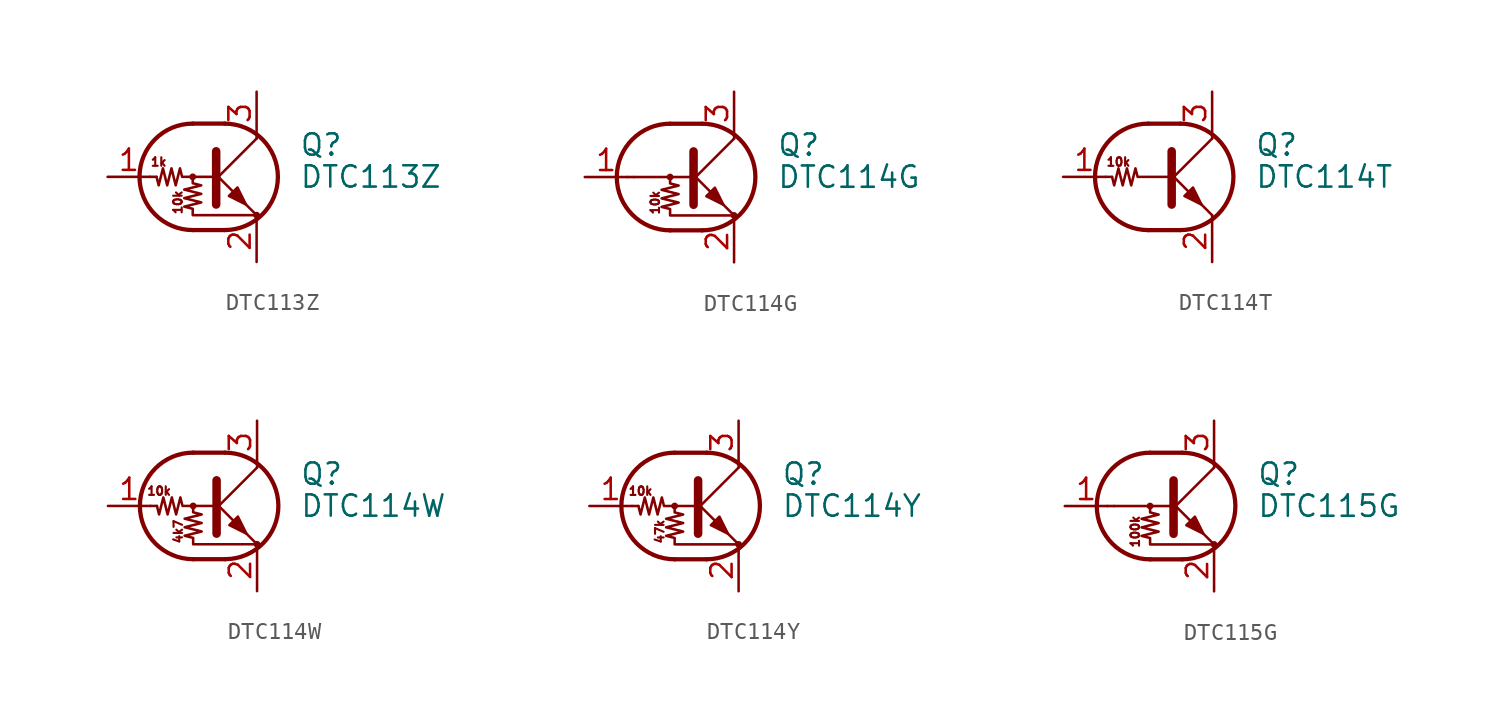
<source format=kicad_sym>
(kicad_symbol_lib
  (version 20201005)
  (generator kicad_symbol_editor)
  (symbol "Transistor_BJT:DTC113Z"
    (pin_names
      (offset 0) hide)
    (property "Reference" "Q"
      (at 5.08 1.905 0)
      (effects (font (size 1.27 1.27)) (justify left)))
    (property "Value" "DTC113Z"
      (at 5.08 0 0)
      (effects (font (size 1.27 1.27)) (justify left)))
    (symbol "DTC113Z_0_0"
      (text "10k" (at -2.159 -1.524 900) (effects (font (size 0.508 0.508))))
      (text "1k" (at -3.302 0.889 0) (effects (font (size 0.508 0.508)))))
    (symbol "DTC113Z_0_1"
      (arc (start -1.27 3.175) (end -1.27 -3.175) (radius (at -1.27 0) (length 3.175) (angles 90.1 -90.1)) (stroke (width 0.254)) (fill (type none)))
      (arc (start 0.635 -3.175) (end 0.635 3.175) (radius (at 0.635 0) (length 3.175) (angles -89.9 89.9)) (stroke (width 0.254)) (fill (type none)))
      (circle (center -1.27 0) (radius 0.127) (stroke (width 0)) (fill (type none)))
      (circle (center 2.54 -2.286) (radius 0.127) (stroke (width 0)) (fill (type none)))
      (polyline (pts (xy -3.429 0) (xy -3.81 0)) (stroke (width 0)) (fill (type none)))
      (polyline (pts (xy -1.27 -3.175) (xy 0.635 -3.175)) (stroke (width 0.254)) (fill (type none)))
      (polyline (pts (xy -1.27 3.175) (xy 0.635 3.175)) (stroke (width 0.254)) (fill (type none)))
      (polyline (pts (xy 0 -0.254) (xy 2.54 2.286)) (stroke (width 0)) (fill (type none)))
      (polyline (pts (xy 0.127 1.524) (xy 0.127 -1.651)) (stroke (width 0.508)) (fill (type outline)))
      (polyline (pts (xy 2.54 2.286) (xy 2.54 2.54)) (stroke (width 0)) (fill (type none)))
      (polyline (pts (xy 2.54 -2.286) (xy 0 0.254) (xy 0 0.254)) (stroke (width 0)) (fill (type none)))
      (polyline (pts (xy 0.889 -1.143) (xy 1.397 -0.635) (xy 1.905 -1.651) (xy 0.889 -1.143)) (stroke (width 0)) (fill (type outline)))
      (polyline (pts (xy 0 0) (xy -1.905 0) (xy -2.032 0.508) (xy -2.286 -0.508) (xy -2.54 0.508) (xy -2.794 -0.508) (xy -3.048 0.508) (xy -3.302 -0.508) (xy -3.429 0)) (stroke (width 0)) (fill (type none)))
      (polyline (pts (xy -1.27 0) (xy -1.27 -0.381) (xy -0.762 -0.508) (xy -1.778 -0.762) (xy -0.762 -1.016) (xy -1.778 -1.27) (xy -0.762 -1.524) (xy -1.778 -1.778) (xy -1.27 -1.905) (xy -1.27 -2.286) (xy 2.54 -2.286)) (stroke (width 0)) (fill (type none))))
    (symbol "DTC113Z_1_1"
      (pin input line (at -6.35 0 0) (length 2.54) (name "B" (effects (font (size 1.27 1.27)))) (number "1" (effects (font (size 1.27 1.27)))))
      (pin passive line (at 2.54 -5.08 90) (length 2.54) (name "E" (effects (font (size 1.27 1.27)))) (number "2" (effects (font (size 1.27 1.27)))))
      (pin passive line (at 2.54 5.08 270) (length 2.54) (name "C" (effects (font (size 1.27 1.27)))) (number "3" (effects (font (size 1.27 1.27)))))))
  (symbol "Transistor_BJT:DTC114G"
    (pin_names
      (offset 0) hide)
    (property "Reference" "Q"
      (at 5.08 1.905 0)
      (effects (font (size 1.27 1.27)) (justify left)))
    (property "Value" "DTC114G"
      (at 5.08 0 0)
      (effects (font (size 1.27 1.27)) (justify left)))
    (symbol "DTC114G_0_0"
      (text "10k" (at -2.159 -1.524 900) (effects (font (size 0.508 0.508))))
      (polyline (pts (xy -3.429 0) (xy 0 0)) (stroke (width 0)) (fill (type none))))
    (symbol "DTC114G_0_1"
      (arc (start -1.27 3.175) (end -1.27 -3.175) (radius (at -1.27 0) (length 3.175) (angles 90.1 -90.1)) (stroke (width 0.254)) (fill (type none)))
      (arc (start 0.635 -3.175) (end 0.635 3.175) (radius (at 0.635 0) (length 3.175) (angles -89.9 89.9)) (stroke (width 0.254)) (fill (type none)))
      (circle (center -1.27 0) (radius 0.127) (stroke (width 0)) (fill (type none)))
      (circle (center 2.54 -2.286) (radius 0.127) (stroke (width 0)) (fill (type none)))
      (polyline (pts (xy -3.429 0) (xy -3.81 0)) (stroke (width 0)) (fill (type none)))
      (polyline (pts (xy -1.27 -3.175) (xy 0.635 -3.175)) (stroke (width 0.254)) (fill (type none)))
      (polyline (pts (xy -1.27 3.175) (xy 0.635 3.175)) (stroke (width 0.254)) (fill (type none)))
      (polyline (pts (xy 0 -0.254) (xy 2.54 2.286)) (stroke (width 0)) (fill (type none)))
      (polyline (pts (xy 0.127 1.524) (xy 0.127 -1.651)) (stroke (width 0.508)) (fill (type outline)))
      (polyline (pts (xy 2.54 2.286) (xy 2.54 2.54)) (stroke (width 0)) (fill (type none)))
      (polyline (pts (xy 2.54 -2.286) (xy 0 0.254) (xy 0 0.254)) (stroke (width 0)) (fill (type none)))
      (polyline (pts (xy 0.889 -1.143) (xy 1.397 -0.635) (xy 1.905 -1.651) (xy 0.889 -1.143)) (stroke (width 0)) (fill (type outline)))
      (polyline (pts (xy -1.27 0) (xy -1.27 -0.381) (xy -0.762 -0.508) (xy -1.778 -0.762) (xy -0.762 -1.016) (xy -1.778 -1.27) (xy -0.762 -1.524) (xy -1.778 -1.778) (xy -1.27 -1.905) (xy -1.27 -2.286) (xy 2.54 -2.286)) (stroke (width 0)) (fill (type none))))
    (symbol "DTC114G_1_1"
      (pin input line (at -6.35 0 0) (length 2.54) (name "B" (effects (font (size 1.27 1.27)))) (number "1" (effects (font (size 1.27 1.27)))))
      (pin passive line (at 2.54 -5.08 90) (length 2.54) (name "E" (effects (font (size 1.27 1.27)))) (number "2" (effects (font (size 1.27 1.27)))))
      (pin passive line (at 2.54 5.08 270) (length 2.54) (name "C" (effects (font (size 1.27 1.27)))) (number "3" (effects (font (size 1.27 1.27)))))))
  (symbol "Transistor_BJT:DTC114T"
    (pin_names
      (offset 0) hide)
    (property "Reference" "Q"
      (at 5.08 1.905 0)
      (effects (font (size 1.27 1.27)) (justify left)))
    (property "Value" "DTC114T"
      (at 5.08 0 0)
      (effects (font (size 1.27 1.27)) (justify left)))
    (symbol "DTC114T_0_0"
      (text "10k" (at -3.048 0.889 0) (effects (font (size 0.508 0.508))))
      (polyline (pts (xy 2.54 -2.286) (xy 2.54 -2.54)) (stroke (width 0)) (fill (type none))))
    (symbol "DTC114T_0_1"
      (arc (start -1.27 3.175) (end -1.27 -3.175) (radius (at -1.27 0) (length 3.175) (angles 90.1 -90.1)) (stroke (width 0.254)) (fill (type none)))
      (arc (start 0.635 -3.175) (end 0.635 3.175) (radius (at 0.635 0) (length 3.175) (angles -89.9 89.9)) (stroke (width 0.254)) (fill (type none)))
      (polyline (pts (xy -3.429 0) (xy -3.81 0)) (stroke (width 0)) (fill (type none)))
      (polyline (pts (xy -1.27 -3.175) (xy 0.635 -3.175)) (stroke (width 0.254)) (fill (type none)))
      (polyline (pts (xy -1.27 3.175) (xy 0.635 3.175)) (stroke (width 0.254)) (fill (type none)))
      (polyline (pts (xy 0 -0.254) (xy 2.54 2.286)) (stroke (width 0)) (fill (type none)))
      (polyline (pts (xy 0.127 1.524) (xy 0.127 -1.651)) (stroke (width 0.508)) (fill (type outline)))
      (polyline (pts (xy 2.54 2.286) (xy 2.54 2.54)) (stroke (width 0)) (fill (type none)))
      (polyline (pts (xy 2.54 -2.286) (xy 0 0.254) (xy 0 0.254)) (stroke (width 0)) (fill (type none)))
      (polyline (pts (xy 0.889 -1.143) (xy 1.397 -0.635) (xy 1.905 -1.651) (xy 0.889 -1.143)) (stroke (width 0)) (fill (type outline)))
      (polyline (pts (xy 0 0) (xy -1.905 0) (xy -2.032 0.508) (xy -2.286 -0.508) (xy -2.54 0.508) (xy -2.794 -0.508) (xy -3.048 0.508) (xy -3.302 -0.508) (xy -3.429 0)) (stroke (width 0)) (fill (type none))))
    (symbol "DTC114T_1_1"
      (pin input line (at -6.35 0 0) (length 2.54) (name "B" (effects (font (size 1.27 1.27)))) (number "1" (effects (font (size 1.27 1.27)))))
      (pin passive line (at 2.54 -5.08 90) (length 2.54) (name "E" (effects (font (size 1.27 1.27)))) (number "2" (effects (font (size 1.27 1.27)))))
      (pin passive line (at 2.54 5.08 270) (length 2.54) (name "C" (effects (font (size 1.27 1.27)))) (number "3" (effects (font (size 1.27 1.27)))))))
  (symbol "Transistor_BJT:DTC114W"
    (pin_names
      (offset 0) hide)
    (property "Reference" "Q"
      (at 5.08 1.905 0)
      (effects (font (size 1.27 1.27)) (justify left)))
    (property "Value" "DTC114W"
      (at 5.08 0 0)
      (effects (font (size 1.27 1.27)) (justify left)))
    (symbol "DTC114W_0_0"
      (text "10k" (at -3.302 0.889 0) (effects (font (size 0.508 0.508))))
      (text "4k7" (at -2.159 -1.524 900) (effects (font (size 0.508 0.508)))))
    (symbol "DTC114W_0_1"
      (arc (start -1.27 3.175) (end -1.27 -3.175) (radius (at -1.27 0) (length 3.175) (angles 90.1 -90.1)) (stroke (width 0.254)) (fill (type none)))
      (arc (start 0.635 -3.175) (end 0.635 3.175) (radius (at 0.635 0) (length 3.175) (angles -89.9 89.9)) (stroke (width 0.254)) (fill (type none)))
      (circle (center -1.27 0) (radius 0.127) (stroke (width 0)) (fill (type none)))
      (circle (center 2.54 -2.286) (radius 0.127) (stroke (width 0)) (fill (type none)))
      (polyline (pts (xy -3.429 0) (xy -3.81 0)) (stroke (width 0)) (fill (type none)))
      (polyline (pts (xy -1.27 -3.175) (xy 0.635 -3.175)) (stroke (width 0.254)) (fill (type none)))
      (polyline (pts (xy -1.27 3.175) (xy 0.635 3.175)) (stroke (width 0.254)) (fill (type none)))
      (polyline (pts (xy 0 -0.254) (xy 2.54 2.286)) (stroke (width 0)) (fill (type none)))
      (polyline (pts (xy 0.127 1.524) (xy 0.127 -1.651)) (stroke (width 0.508)) (fill (type outline)))
      (polyline (pts (xy 2.54 2.286) (xy 2.54 2.54)) (stroke (width 0)) (fill (type none)))
      (polyline (pts (xy 2.54 -2.286) (xy 0 0.254) (xy 0 0.254)) (stroke (width 0)) (fill (type none)))
      (polyline (pts (xy 0.889 -1.143) (xy 1.397 -0.635) (xy 1.905 -1.651) (xy 0.889 -1.143)) (stroke (width 0)) (fill (type outline)))
      (polyline (pts (xy 0 0) (xy -1.905 0) (xy -2.032 0.508) (xy -2.286 -0.508) (xy -2.54 0.508) (xy -2.794 -0.508) (xy -3.048 0.508) (xy -3.302 -0.508) (xy -3.429 0)) (stroke (width 0)) (fill (type none)))
      (polyline (pts (xy -1.27 0) (xy -1.27 -0.381) (xy -0.762 -0.508) (xy -1.778 -0.762) (xy -0.762 -1.016) (xy -1.778 -1.27) (xy -0.762 -1.524) (xy -1.778 -1.778) (xy -1.27 -1.905) (xy -1.27 -2.286) (xy 2.54 -2.286)) (stroke (width 0)) (fill (type none))))
    (symbol "DTC114W_1_1"
      (pin input line (at -6.35 0 0) (length 2.54) (name "B" (effects (font (size 1.27 1.27)))) (number "1" (effects (font (size 1.27 1.27)))))
      (pin passive line (at 2.54 -5.08 90) (length 2.54) (name "E" (effects (font (size 1.27 1.27)))) (number "2" (effects (font (size 1.27 1.27)))))
      (pin passive line (at 2.54 5.08 270) (length 2.54) (name "C" (effects (font (size 1.27 1.27)))) (number "3" (effects (font (size 1.27 1.27)))))))
  (symbol "Transistor_BJT:DTC114Y"
    (pin_names
      (offset 0) hide)
    (property "Reference" "Q"
      (at 5.08 1.905 0)
      (effects (font (size 1.27 1.27)) (justify left)))
    (property "Value" "DTC114Y"
      (at 5.08 0 0)
      (effects (font (size 1.27 1.27)) (justify left)))
    (symbol "DTC114Y_0_0"
      (text "10k" (at -3.302 0.889 0) (effects (font (size 0.508 0.508))))
      (text "47k" (at -2.159 -1.524 900) (effects (font (size 0.508 0.508)))))
    (symbol "DTC114Y_0_1"
      (arc (start -1.27 3.175) (end -1.27 -3.175) (radius (at -1.27 0) (length 3.175) (angles 90.1 -90.1)) (stroke (width 0.254)) (fill (type none)))
      (arc (start 0.635 -3.175) (end 0.635 3.175) (radius (at 0.635 0) (length 3.175) (angles -89.9 89.9)) (stroke (width 0.254)) (fill (type none)))
      (circle (center -1.27 0) (radius 0.127) (stroke (width 0)) (fill (type none)))
      (circle (center 2.54 -2.286) (radius 0.127) (stroke (width 0)) (fill (type none)))
      (polyline (pts (xy -3.429 0) (xy -3.81 0)) (stroke (width 0)) (fill (type none)))
      (polyline (pts (xy -1.27 -3.175) (xy 0.635 -3.175)) (stroke (width 0.254)) (fill (type none)))
      (polyline (pts (xy -1.27 3.175) (xy 0.635 3.175)) (stroke (width 0.254)) (fill (type none)))
      (polyline (pts (xy 0 -0.254) (xy 2.54 2.286)) (stroke (width 0)) (fill (type none)))
      (polyline (pts (xy 0.127 1.524) (xy 0.127 -1.651)) (stroke (width 0.508)) (fill (type outline)))
      (polyline (pts (xy 2.54 2.286) (xy 2.54 2.54)) (stroke (width 0)) (fill (type none)))
      (polyline (pts (xy 2.54 -2.286) (xy 0 0.254) (xy 0 0.254)) (stroke (width 0)) (fill (type none)))
      (polyline (pts (xy 0.889 -1.143) (xy 1.397 -0.635) (xy 1.905 -1.651) (xy 0.889 -1.143)) (stroke (width 0)) (fill (type outline)))
      (polyline (pts (xy 0 0) (xy -1.905 0) (xy -2.032 0.508) (xy -2.286 -0.508) (xy -2.54 0.508) (xy -2.794 -0.508) (xy -3.048 0.508) (xy -3.302 -0.508) (xy -3.429 0)) (stroke (width 0)) (fill (type none)))
      (polyline (pts (xy -1.27 0) (xy -1.27 -0.381) (xy -0.762 -0.508) (xy -1.778 -0.762) (xy -0.762 -1.016) (xy -1.778 -1.27) (xy -0.762 -1.524) (xy -1.778 -1.778) (xy -1.27 -1.905) (xy -1.27 -2.286) (xy 2.54 -2.286)) (stroke (width 0)) (fill (type none))))
    (symbol "DTC114Y_1_1"
      (pin input line (at -6.35 0 0) (length 2.54) (name "B" (effects (font (size 1.27 1.27)))) (number "1" (effects (font (size 1.27 1.27)))))
      (pin passive line (at 2.54 -5.08 90) (length 2.54) (name "E" (effects (font (size 1.27 1.27)))) (number "2" (effects (font (size 1.27 1.27)))))
      (pin passive line (at 2.54 5.08 270) (length 2.54) (name "C" (effects (font (size 1.27 1.27)))) (number "3" (effects (font (size 1.27 1.27)))))))
  (symbol "Transistor_BJT:DTC115G"
    (pin_names
      (offset 0) hide)
    (property "Reference" "Q"
      (at 5.08 1.905 0)
      (effects (font (size 1.27 1.27)) (justify left)))
    (property "Value" "DTC115G"
      (at 5.08 0 0)
      (effects (font (size 1.27 1.27)) (justify left)))
    (symbol "DTC115G_0_0"
      (text "100k" (at -2.159 -1.524 900) (effects (font (size 0.508 0.508))))
      (polyline (pts (xy -3.429 0) (xy 0 0)) (stroke (width 0)) (fill (type none))))
    (symbol "DTC115G_0_1"
      (arc (start -1.27 3.175) (end -1.27 -3.175) (radius (at -1.27 0) (length 3.175) (angles 90.1 -90.1)) (stroke (width 0.254)) (fill (type none)))
      (arc (start 0.635 -3.175) (end 0.635 3.175) (radius (at 0.635 0) (length 3.175) (angles -89.9 89.9)) (stroke (width 0.254)) (fill (type none)))
      (circle (center -1.27 0) (radius 0.127) (stroke (width 0)) (fill (type none)))
      (circle (center 2.54 -2.286) (radius 0.127) (stroke (width 0)) (fill (type none)))
      (polyline (pts (xy -3.429 0) (xy -3.81 0)) (stroke (width 0)) (fill (type none)))
      (polyline (pts (xy -1.27 -3.175) (xy 0.635 -3.175)) (stroke (width 0.254)) (fill (type none)))
      (polyline (pts (xy -1.27 3.175) (xy 0.635 3.175)) (stroke (width 0.254)) (fill (type none)))
      (polyline (pts (xy 0 -0.254) (xy 2.54 2.286)) (stroke (width 0)) (fill (type none)))
      (polyline (pts (xy 0.127 1.524) (xy 0.127 -1.651)) (stroke (width 0.508)) (fill (type outline)))
      (polyline (pts (xy 2.54 2.286) (xy 2.54 2.54)) (stroke (width 0)) (fill (type none)))
      (polyline (pts (xy 2.54 -2.286) (xy 0 0.254) (xy 0 0.254)) (stroke (width 0)) (fill (type none)))
      (polyline (pts (xy 0.889 -1.143) (xy 1.397 -0.635) (xy 1.905 -1.651) (xy 0.889 -1.143)) (stroke (width 0)) (fill (type outline)))
      (polyline (pts (xy -1.27 0) (xy -1.27 -0.381) (xy -0.762 -0.508) (xy -1.778 -0.762) (xy -0.762 -1.016) (xy -1.778 -1.27) (xy -0.762 -1.524) (xy -1.778 -1.778) (xy -1.27 -1.905) (xy -1.27 -2.286) (xy 2.54 -2.286)) (stroke (width 0)) (fill (type none))))
    (symbol "DTC115G_1_1"
      (pin input line (at -6.35 0 0) (length 2.54) (name "B" (effects (font (size 1.27 1.27)))) (number "1" (effects (font (size 1.27 1.27)))))
      (pin passive line (at 2.54 -5.08 90) (length 2.54) (name "E" (effects (font (size 1.27 1.27)))) (number "2" (effects (font (size 1.27 1.27)))))
      (pin passive line (at 2.54 5.08 270) (length 2.54) (name "C" (effects (font (size 1.27 1.27)))) (number "3" (effects (font (size 1.27 1.27))))))))
</source>
